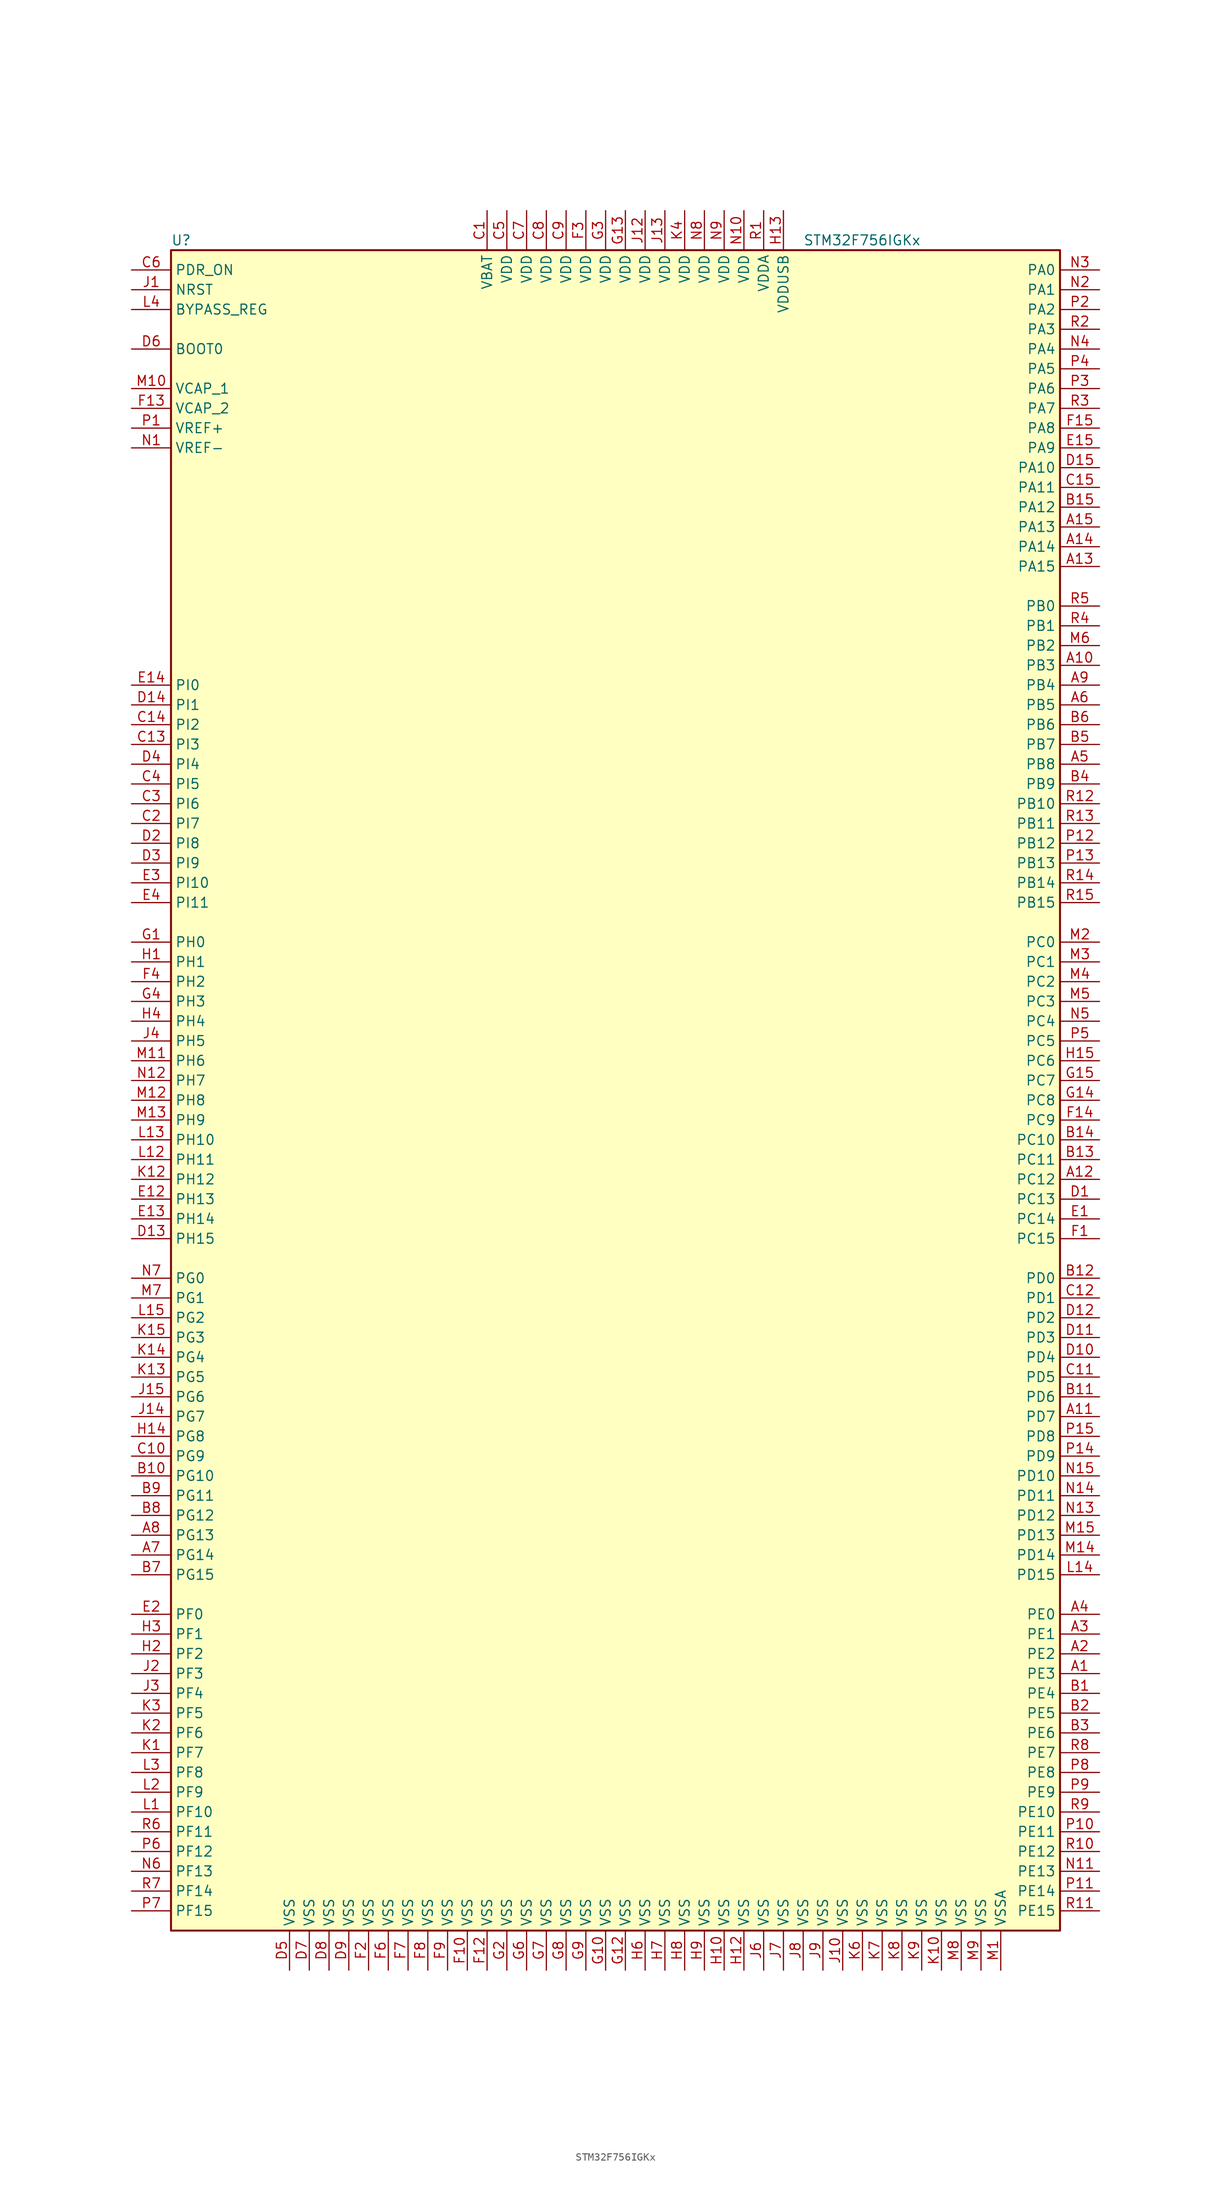
<source format=kicad_sym>
(kicad_symbol_lib
  (version 20201005)
  (generator kicad_symbol_editor)
  (symbol "MCU_ST_STM32F7:STM32F756IGKx"
    (property "Reference" "U"
      (at -58.42 107.95 0)
      (effects (font (size 1.27 1.27)) (justify left)))
    (property "Value" "STM32F756IGKx"
      (at 22.86 107.95 0)
      (effects (font (size 1.27 1.27)) (justify left)))
    (symbol "STM32F756IGKx_0_1"
      (rectangle (start -58.42 -109.22) (end 55.88 106.68) (stroke (width 0.254)) (fill (type background))))
    (symbol "STM32F756IGKx_1_1"
      (pin input line (at -63.5 93.98 0) (length 5.08) (name "BOOT0" (effects (font (size 1.27 1.27)))) (number "D6" (effects (font (size 1.27 1.27)))))
      (pin input line (at -63.5 99.06 0) (length 5.08) (name "BYPASS_REG" (effects (font (size 1.27 1.27)))) (number "L4" (effects (font (size 1.27 1.27)))))
      (pin input line (at -63.5 101.6 0) (length 5.08) (name "NRST" (effects (font (size 1.27 1.27)))) (number "J1" (effects (font (size 1.27 1.27)))))
      (pin bidirectional line (at 60.96 104.14 180) (length 5.08) (name "PA0" (effects (font (size 1.27 1.27)))) (number "N3" (effects (font (size 1.27 1.27)))))
      (pin bidirectional line (at 60.96 101.6 180) (length 5.08) (name "PA1" (effects (font (size 1.27 1.27)))) (number "N2" (effects (font (size 1.27 1.27)))))
      (pin bidirectional line (at 60.96 78.74 180) (length 5.08) (name "PA10" (effects (font (size 1.27 1.27)))) (number "D15" (effects (font (size 1.27 1.27)))))
      (pin bidirectional line (at 60.96 76.2 180) (length 5.08) (name "PA11" (effects (font (size 1.27 1.27)))) (number "C15" (effects (font (size 1.27 1.27)))))
      (pin bidirectional line (at 60.96 73.66 180) (length 5.08) (name "PA12" (effects (font (size 1.27 1.27)))) (number "B15" (effects (font (size 1.27 1.27)))))
      (pin bidirectional line (at 60.96 71.12 180) (length 5.08) (name "PA13" (effects (font (size 1.27 1.27)))) (number "A15" (effects (font (size 1.27 1.27)))))
      (pin bidirectional line (at 60.96 68.58 180) (length 5.08) (name "PA14" (effects (font (size 1.27 1.27)))) (number "A14" (effects (font (size 1.27 1.27)))))
      (pin bidirectional line (at 60.96 66.04 180) (length 5.08) (name "PA15" (effects (font (size 1.27 1.27)))) (number "A13" (effects (font (size 1.27 1.27)))))
      (pin bidirectional line (at 60.96 99.06 180) (length 5.08) (name "PA2" (effects (font (size 1.27 1.27)))) (number "P2" (effects (font (size 1.27 1.27)))))
      (pin bidirectional line (at 60.96 96.52 180) (length 5.08) (name "PA3" (effects (font (size 1.27 1.27)))) (number "R2" (effects (font (size 1.27 1.27)))))
      (pin bidirectional line (at 60.96 93.98 180) (length 5.08) (name "PA4" (effects (font (size 1.27 1.27)))) (number "N4" (effects (font (size 1.27 1.27)))))
      (pin bidirectional line (at 60.96 91.44 180) (length 5.08) (name "PA5" (effects (font (size 1.27 1.27)))) (number "P4" (effects (font (size 1.27 1.27)))))
      (pin bidirectional line (at 60.96 88.9 180) (length 5.08) (name "PA6" (effects (font (size 1.27 1.27)))) (number "P3" (effects (font (size 1.27 1.27)))))
      (pin bidirectional line (at 60.96 86.36 180) (length 5.08) (name "PA7" (effects (font (size 1.27 1.27)))) (number "R3" (effects (font (size 1.27 1.27)))))
      (pin bidirectional line (at 60.96 83.82 180) (length 5.08) (name "PA8" (effects (font (size 1.27 1.27)))) (number "F15" (effects (font (size 1.27 1.27)))))
      (pin bidirectional line (at 60.96 81.28 180) (length 5.08) (name "PA9" (effects (font (size 1.27 1.27)))) (number "E15" (effects (font (size 1.27 1.27)))))
      (pin bidirectional line (at 60.96 60.96 180) (length 5.08) (name "PB0" (effects (font (size 1.27 1.27)))) (number "R5" (effects (font (size 1.27 1.27)))))
      (pin bidirectional line (at 60.96 58.42 180) (length 5.08) (name "PB1" (effects (font (size 1.27 1.27)))) (number "R4" (effects (font (size 1.27 1.27)))))
      (pin bidirectional line (at 60.96 35.56 180) (length 5.08) (name "PB10" (effects (font (size 1.27 1.27)))) (number "R12" (effects (font (size 1.27 1.27)))))
      (pin bidirectional line (at 60.96 33.02 180) (length 5.08) (name "PB11" (effects (font (size 1.27 1.27)))) (number "R13" (effects (font (size 1.27 1.27)))))
      (pin bidirectional line (at 60.96 30.48 180) (length 5.08) (name "PB12" (effects (font (size 1.27 1.27)))) (number "P12" (effects (font (size 1.27 1.27)))))
      (pin bidirectional line (at 60.96 27.94 180) (length 5.08) (name "PB13" (effects (font (size 1.27 1.27)))) (number "P13" (effects (font (size 1.27 1.27)))))
      (pin bidirectional line (at 60.96 25.4 180) (length 5.08) (name "PB14" (effects (font (size 1.27 1.27)))) (number "R14" (effects (font (size 1.27 1.27)))))
      (pin bidirectional line (at 60.96 22.86 180) (length 5.08) (name "PB15" (effects (font (size 1.27 1.27)))) (number "R15" (effects (font (size 1.27 1.27)))))
      (pin bidirectional line (at 60.96 55.88 180) (length 5.08) (name "PB2" (effects (font (size 1.27 1.27)))) (number "M6" (effects (font (size 1.27 1.27)))))
      (pin bidirectional line (at 60.96 53.34 180) (length 5.08) (name "PB3" (effects (font (size 1.27 1.27)))) (number "A10" (effects (font (size 1.27 1.27)))))
      (pin bidirectional line (at 60.96 50.8 180) (length 5.08) (name "PB4" (effects (font (size 1.27 1.27)))) (number "A9" (effects (font (size 1.27 1.27)))))
      (pin bidirectional line (at 60.96 48.26 180) (length 5.08) (name "PB5" (effects (font (size 1.27 1.27)))) (number "A6" (effects (font (size 1.27 1.27)))))
      (pin bidirectional line (at 60.96 45.72 180) (length 5.08) (name "PB6" (effects (font (size 1.27 1.27)))) (number "B6" (effects (font (size 1.27 1.27)))))
      (pin bidirectional line (at 60.96 43.18 180) (length 5.08) (name "PB7" (effects (font (size 1.27 1.27)))) (number "B5" (effects (font (size 1.27 1.27)))))
      (pin bidirectional line (at 60.96 40.64 180) (length 5.08) (name "PB8" (effects (font (size 1.27 1.27)))) (number "A5" (effects (font (size 1.27 1.27)))))
      (pin bidirectional line (at 60.96 38.1 180) (length 5.08) (name "PB9" (effects (font (size 1.27 1.27)))) (number "B4" (effects (font (size 1.27 1.27)))))
      (pin bidirectional line (at 60.96 17.78 180) (length 5.08) (name "PC0" (effects (font (size 1.27 1.27)))) (number "M2" (effects (font (size 1.27 1.27)))))
      (pin bidirectional line (at 60.96 15.24 180) (length 5.08) (name "PC1" (effects (font (size 1.27 1.27)))) (number "M3" (effects (font (size 1.27 1.27)))))
      (pin bidirectional line (at 60.96 -7.62 180) (length 5.08) (name "PC10" (effects (font (size 1.27 1.27)))) (number "B14" (effects (font (size 1.27 1.27)))))
      (pin bidirectional line (at 60.96 -10.16 180) (length 5.08) (name "PC11" (effects (font (size 1.27 1.27)))) (number "B13" (effects (font (size 1.27 1.27)))))
      (pin bidirectional line (at 60.96 -12.7 180) (length 5.08) (name "PC12" (effects (font (size 1.27 1.27)))) (number "A12" (effects (font (size 1.27 1.27)))))
      (pin bidirectional line (at 60.96 -15.24 180) (length 5.08) (name "PC13" (effects (font (size 1.27 1.27)))) (number "D1" (effects (font (size 1.27 1.27)))))
      (pin bidirectional line (at 60.96 -17.78 180) (length 5.08) (name "PC14" (effects (font (size 1.27 1.27)))) (number "E1" (effects (font (size 1.27 1.27)))))
      (pin bidirectional line (at 60.96 -20.32 180) (length 5.08) (name "PC15" (effects (font (size 1.27 1.27)))) (number "F1" (effects (font (size 1.27 1.27)))))
      (pin bidirectional line (at 60.96 12.7 180) (length 5.08) (name "PC2" (effects (font (size 1.27 1.27)))) (number "M4" (effects (font (size 1.27 1.27)))))
      (pin bidirectional line (at 60.96 10.16 180) (length 5.08) (name "PC3" (effects (font (size 1.27 1.27)))) (number "M5" (effects (font (size 1.27 1.27)))))
      (pin bidirectional line (at 60.96 7.62 180) (length 5.08) (name "PC4" (effects (font (size 1.27 1.27)))) (number "N5" (effects (font (size 1.27 1.27)))))
      (pin bidirectional line (at 60.96 5.08 180) (length 5.08) (name "PC5" (effects (font (size 1.27 1.27)))) (number "P5" (effects (font (size 1.27 1.27)))))
      (pin bidirectional line (at 60.96 2.54 180) (length 5.08) (name "PC6" (effects (font (size 1.27 1.27)))) (number "H15" (effects (font (size 1.27 1.27)))))
      (pin bidirectional line (at 60.96 0 180) (length 5.08) (name "PC7" (effects (font (size 1.27 1.27)))) (number "G15" (effects (font (size 1.27 1.27)))))
      (pin bidirectional line (at 60.96 -2.54 180) (length 5.08) (name "PC8" (effects (font (size 1.27 1.27)))) (number "G14" (effects (font (size 1.27 1.27)))))
      (pin bidirectional line (at 60.96 -5.08 180) (length 5.08) (name "PC9" (effects (font (size 1.27 1.27)))) (number "F14" (effects (font (size 1.27 1.27)))))
      (pin bidirectional line (at 60.96 -25.4 180) (length 5.08) (name "PD0" (effects (font (size 1.27 1.27)))) (number "B12" (effects (font (size 1.27 1.27)))))
      (pin bidirectional line (at 60.96 -27.94 180) (length 5.08) (name "PD1" (effects (font (size 1.27 1.27)))) (number "C12" (effects (font (size 1.27 1.27)))))
      (pin bidirectional line (at 60.96 -50.8 180) (length 5.08) (name "PD10" (effects (font (size 1.27 1.27)))) (number "N15" (effects (font (size 1.27 1.27)))))
      (pin bidirectional line (at 60.96 -53.34 180) (length 5.08) (name "PD11" (effects (font (size 1.27 1.27)))) (number "N14" (effects (font (size 1.27 1.27)))))
      (pin bidirectional line (at 60.96 -55.88 180) (length 5.08) (name "PD12" (effects (font (size 1.27 1.27)))) (number "N13" (effects (font (size 1.27 1.27)))))
      (pin bidirectional line (at 60.96 -58.42 180) (length 5.08) (name "PD13" (effects (font (size 1.27 1.27)))) (number "M15" (effects (font (size 1.27 1.27)))))
      (pin bidirectional line (at 60.96 -60.96 180) (length 5.08) (name "PD14" (effects (font (size 1.27 1.27)))) (number "M14" (effects (font (size 1.27 1.27)))))
      (pin bidirectional line (at 60.96 -63.5 180) (length 5.08) (name "PD15" (effects (font (size 1.27 1.27)))) (number "L14" (effects (font (size 1.27 1.27)))))
      (pin bidirectional line (at 60.96 -30.48 180) (length 5.08) (name "PD2" (effects (font (size 1.27 1.27)))) (number "D12" (effects (font (size 1.27 1.27)))))
      (pin bidirectional line (at 60.96 -33.02 180) (length 5.08) (name "PD3" (effects (font (size 1.27 1.27)))) (number "D11" (effects (font (size 1.27 1.27)))))
      (pin bidirectional line (at 60.96 -35.56 180) (length 5.08) (name "PD4" (effects (font (size 1.27 1.27)))) (number "D10" (effects (font (size 1.27 1.27)))))
      (pin bidirectional line (at 60.96 -38.1 180) (length 5.08) (name "PD5" (effects (font (size 1.27 1.27)))) (number "C11" (effects (font (size 1.27 1.27)))))
      (pin bidirectional line (at 60.96 -40.64 180) (length 5.08) (name "PD6" (effects (font (size 1.27 1.27)))) (number "B11" (effects (font (size 1.27 1.27)))))
      (pin bidirectional line (at 60.96 -43.18 180) (length 5.08) (name "PD7" (effects (font (size 1.27 1.27)))) (number "A11" (effects (font (size 1.27 1.27)))))
      (pin bidirectional line (at 60.96 -45.72 180) (length 5.08) (name "PD8" (effects (font (size 1.27 1.27)))) (number "P15" (effects (font (size 1.27 1.27)))))
      (pin bidirectional line (at 60.96 -48.26 180) (length 5.08) (name "PD9" (effects (font (size 1.27 1.27)))) (number "P14" (effects (font (size 1.27 1.27)))))
      (pin input line (at -63.5 104.14 0) (length 5.08) (name "PDR_ON" (effects (font (size 1.27 1.27)))) (number "C6" (effects (font (size 1.27 1.27)))))
      (pin bidirectional line (at 60.96 -68.58 180) (length 5.08) (name "PE0" (effects (font (size 1.27 1.27)))) (number "A4" (effects (font (size 1.27 1.27)))))
      (pin bidirectional line (at 60.96 -71.12 180) (length 5.08) (name "PE1" (effects (font (size 1.27 1.27)))) (number "A3" (effects (font (size 1.27 1.27)))))
      (pin bidirectional line (at 60.96 -93.98 180) (length 5.08) (name "PE10" (effects (font (size 1.27 1.27)))) (number "R9" (effects (font (size 1.27 1.27)))))
      (pin bidirectional line (at 60.96 -96.52 180) (length 5.08) (name "PE11" (effects (font (size 1.27 1.27)))) (number "P10" (effects (font (size 1.27 1.27)))))
      (pin bidirectional line (at 60.96 -99.06 180) (length 5.08) (name "PE12" (effects (font (size 1.27 1.27)))) (number "R10" (effects (font (size 1.27 1.27)))))
      (pin bidirectional line (at 60.96 -101.6 180) (length 5.08) (name "PE13" (effects (font (size 1.27 1.27)))) (number "N11" (effects (font (size 1.27 1.27)))))
      (pin bidirectional line (at 60.96 -104.14 180) (length 5.08) (name "PE14" (effects (font (size 1.27 1.27)))) (number "P11" (effects (font (size 1.27 1.27)))))
      (pin bidirectional line (at 60.96 -106.68 180) (length 5.08) (name "PE15" (effects (font (size 1.27 1.27)))) (number "R11" (effects (font (size 1.27 1.27)))))
      (pin bidirectional line (at 60.96 -73.66 180) (length 5.08) (name "PE2" (effects (font (size 1.27 1.27)))) (number "A2" (effects (font (size 1.27 1.27)))))
      (pin bidirectional line (at 60.96 -76.2 180) (length 5.08) (name "PE3" (effects (font (size 1.27 1.27)))) (number "A1" (effects (font (size 1.27 1.27)))))
      (pin bidirectional line (at 60.96 -78.74 180) (length 5.08) (name "PE4" (effects (font (size 1.27 1.27)))) (number "B1" (effects (font (size 1.27 1.27)))))
      (pin bidirectional line (at 60.96 -81.28 180) (length 5.08) (name "PE5" (effects (font (size 1.27 1.27)))) (number "B2" (effects (font (size 1.27 1.27)))))
      (pin bidirectional line (at 60.96 -83.82 180) (length 5.08) (name "PE6" (effects (font (size 1.27 1.27)))) (number "B3" (effects (font (size 1.27 1.27)))))
      (pin bidirectional line (at 60.96 -86.36 180) (length 5.08) (name "PE7" (effects (font (size 1.27 1.27)))) (number "R8" (effects (font (size 1.27 1.27)))))
      (pin bidirectional line (at 60.96 -88.9 180) (length 5.08) (name "PE8" (effects (font (size 1.27 1.27)))) (number "P8" (effects (font (size 1.27 1.27)))))
      (pin bidirectional line (at 60.96 -91.44 180) (length 5.08) (name "PE9" (effects (font (size 1.27 1.27)))) (number "P9" (effects (font (size 1.27 1.27)))))
      (pin bidirectional line (at -63.5 -68.58 0) (length 5.08) (name "PF0" (effects (font (size 1.27 1.27)))) (number "E2" (effects (font (size 1.27 1.27)))))
      (pin bidirectional line (at -63.5 -71.12 0) (length 5.08) (name "PF1" (effects (font (size 1.27 1.27)))) (number "H3" (effects (font (size 1.27 1.27)))))
      (pin bidirectional line (at -63.5 -93.98 0) (length 5.08) (name "PF10" (effects (font (size 1.27 1.27)))) (number "L1" (effects (font (size 1.27 1.27)))))
      (pin bidirectional line (at -63.5 -96.52 0) (length 5.08) (name "PF11" (effects (font (size 1.27 1.27)))) (number "R6" (effects (font (size 1.27 1.27)))))
      (pin bidirectional line (at -63.5 -99.06 0) (length 5.08) (name "PF12" (effects (font (size 1.27 1.27)))) (number "P6" (effects (font (size 1.27 1.27)))))
      (pin bidirectional line (at -63.5 -101.6 0) (length 5.08) (name "PF13" (effects (font (size 1.27 1.27)))) (number "N6" (effects (font (size 1.27 1.27)))))
      (pin bidirectional line (at -63.5 -104.14 0) (length 5.08) (name "PF14" (effects (font (size 1.27 1.27)))) (number "R7" (effects (font (size 1.27 1.27)))))
      (pin bidirectional line (at -63.5 -106.68 0) (length 5.08) (name "PF15" (effects (font (size 1.27 1.27)))) (number "P7" (effects (font (size 1.27 1.27)))))
      (pin bidirectional line (at -63.5 -73.66 0) (length 5.08) (name "PF2" (effects (font (size 1.27 1.27)))) (number "H2" (effects (font (size 1.27 1.27)))))
      (pin bidirectional line (at -63.5 -76.2 0) (length 5.08) (name "PF3" (effects (font (size 1.27 1.27)))) (number "J2" (effects (font (size 1.27 1.27)))))
      (pin bidirectional line (at -63.5 -78.74 0) (length 5.08) (name "PF4" (effects (font (size 1.27 1.27)))) (number "J3" (effects (font (size 1.27 1.27)))))
      (pin bidirectional line (at -63.5 -81.28 0) (length 5.08) (name "PF5" (effects (font (size 1.27 1.27)))) (number "K3" (effects (font (size 1.27 1.27)))))
      (pin bidirectional line (at -63.5 -83.82 0) (length 5.08) (name "PF6" (effects (font (size 1.27 1.27)))) (number "K2" (effects (font (size 1.27 1.27)))))
      (pin bidirectional line (at -63.5 -86.36 0) (length 5.08) (name "PF7" (effects (font (size 1.27 1.27)))) (number "K1" (effects (font (size 1.27 1.27)))))
      (pin bidirectional line (at -63.5 -88.9 0) (length 5.08) (name "PF8" (effects (font (size 1.27 1.27)))) (number "L3" (effects (font (size 1.27 1.27)))))
      (pin bidirectional line (at -63.5 -91.44 0) (length 5.08) (name "PF9" (effects (font (size 1.27 1.27)))) (number "L2" (effects (font (size 1.27 1.27)))))
      (pin bidirectional line (at -63.5 -25.4 0) (length 5.08) (name "PG0" (effects (font (size 1.27 1.27)))) (number "N7" (effects (font (size 1.27 1.27)))))
      (pin bidirectional line (at -63.5 -27.94 0) (length 5.08) (name "PG1" (effects (font (size 1.27 1.27)))) (number "M7" (effects (font (size 1.27 1.27)))))
      (pin bidirectional line (at -63.5 -50.8 0) (length 5.08) (name "PG10" (effects (font (size 1.27 1.27)))) (number "B10" (effects (font (size 1.27 1.27)))))
      (pin bidirectional line (at -63.5 -53.34 0) (length 5.08) (name "PG11" (effects (font (size 1.27 1.27)))) (number "B9" (effects (font (size 1.27 1.27)))))
      (pin bidirectional line (at -63.5 -55.88 0) (length 5.08) (name "PG12" (effects (font (size 1.27 1.27)))) (number "B8" (effects (font (size 1.27 1.27)))))
      (pin bidirectional line (at -63.5 -58.42 0) (length 5.08) (name "PG13" (effects (font (size 1.27 1.27)))) (number "A8" (effects (font (size 1.27 1.27)))))
      (pin bidirectional line (at -63.5 -60.96 0) (length 5.08) (name "PG14" (effects (font (size 1.27 1.27)))) (number "A7" (effects (font (size 1.27 1.27)))))
      (pin bidirectional line (at -63.5 -63.5 0) (length 5.08) (name "PG15" (effects (font (size 1.27 1.27)))) (number "B7" (effects (font (size 1.27 1.27)))))
      (pin bidirectional line (at -63.5 -30.48 0) (length 5.08) (name "PG2" (effects (font (size 1.27 1.27)))) (number "L15" (effects (font (size 1.27 1.27)))))
      (pin bidirectional line (at -63.5 -33.02 0) (length 5.08) (name "PG3" (effects (font (size 1.27 1.27)))) (number "K15" (effects (font (size 1.27 1.27)))))
      (pin bidirectional line (at -63.5 -35.56 0) (length 5.08) (name "PG4" (effects (font (size 1.27 1.27)))) (number "K14" (effects (font (size 1.27 1.27)))))
      (pin bidirectional line (at -63.5 -38.1 0) (length 5.08) (name "PG5" (effects (font (size 1.27 1.27)))) (number "K13" (effects (font (size 1.27 1.27)))))
      (pin bidirectional line (at -63.5 -40.64 0) (length 5.08) (name "PG6" (effects (font (size 1.27 1.27)))) (number "J15" (effects (font (size 1.27 1.27)))))
      (pin bidirectional line (at -63.5 -43.18 0) (length 5.08) (name "PG7" (effects (font (size 1.27 1.27)))) (number "J14" (effects (font (size 1.27 1.27)))))
      (pin bidirectional line (at -63.5 -45.72 0) (length 5.08) (name "PG8" (effects (font (size 1.27 1.27)))) (number "H14" (effects (font (size 1.27 1.27)))))
      (pin bidirectional line (at -63.5 -48.26 0) (length 5.08) (name "PG9" (effects (font (size 1.27 1.27)))) (number "C10" (effects (font (size 1.27 1.27)))))
      (pin input line (at -63.5 17.78 0) (length 5.08) (name "PH0" (effects (font (size 1.27 1.27)))) (number "G1" (effects (font (size 1.27 1.27)))))
      (pin input line (at -63.5 15.24 0) (length 5.08) (name "PH1" (effects (font (size 1.27 1.27)))) (number "H1" (effects (font (size 1.27 1.27)))))
      (pin bidirectional line (at -63.5 -7.62 0) (length 5.08) (name "PH10" (effects (font (size 1.27 1.27)))) (number "L13" (effects (font (size 1.27 1.27)))))
      (pin bidirectional line (at -63.5 -10.16 0) (length 5.08) (name "PH11" (effects (font (size 1.27 1.27)))) (number "L12" (effects (font (size 1.27 1.27)))))
      (pin bidirectional line (at -63.5 -12.7 0) (length 5.08) (name "PH12" (effects (font (size 1.27 1.27)))) (number "K12" (effects (font (size 1.27 1.27)))))
      (pin bidirectional line (at -63.5 -15.24 0) (length 5.08) (name "PH13" (effects (font (size 1.27 1.27)))) (number "E12" (effects (font (size 1.27 1.27)))))
      (pin bidirectional line (at -63.5 -17.78 0) (length 5.08) (name "PH14" (effects (font (size 1.27 1.27)))) (number "E13" (effects (font (size 1.27 1.27)))))
      (pin bidirectional line (at -63.5 -20.32 0) (length 5.08) (name "PH15" (effects (font (size 1.27 1.27)))) (number "D13" (effects (font (size 1.27 1.27)))))
      (pin bidirectional line (at -63.5 12.7 0) (length 5.08) (name "PH2" (effects (font (size 1.27 1.27)))) (number "F4" (effects (font (size 1.27 1.27)))))
      (pin bidirectional line (at -63.5 10.16 0) (length 5.08) (name "PH3" (effects (font (size 1.27 1.27)))) (number "G4" (effects (font (size 1.27 1.27)))))
      (pin bidirectional line (at -63.5 7.62 0) (length 5.08) (name "PH4" (effects (font (size 1.27 1.27)))) (number "H4" (effects (font (size 1.27 1.27)))))
      (pin bidirectional line (at -63.5 5.08 0) (length 5.08) (name "PH5" (effects (font (size 1.27 1.27)))) (number "J4" (effects (font (size 1.27 1.27)))))
      (pin bidirectional line (at -63.5 2.54 0) (length 5.08) (name "PH6" (effects (font (size 1.27 1.27)))) (number "M11" (effects (font (size 1.27 1.27)))))
      (pin bidirectional line (at -63.5 0 0) (length 5.08) (name "PH7" (effects (font (size 1.27 1.27)))) (number "N12" (effects (font (size 1.27 1.27)))))
      (pin bidirectional line (at -63.5 -2.54 0) (length 5.08) (name "PH8" (effects (font (size 1.27 1.27)))) (number "M12" (effects (font (size 1.27 1.27)))))
      (pin bidirectional line (at -63.5 -5.08 0) (length 5.08) (name "PH9" (effects (font (size 1.27 1.27)))) (number "M13" (effects (font (size 1.27 1.27)))))
      (pin bidirectional line (at -63.5 50.8 0) (length 5.08) (name "PI0" (effects (font (size 1.27 1.27)))) (number "E14" (effects (font (size 1.27 1.27)))))
      (pin bidirectional line (at -63.5 48.26 0) (length 5.08) (name "PI1" (effects (font (size 1.27 1.27)))) (number "D14" (effects (font (size 1.27 1.27)))))
      (pin bidirectional line (at -63.5 25.4 0) (length 5.08) (name "PI10" (effects (font (size 1.27 1.27)))) (number "E3" (effects (font (size 1.27 1.27)))))
      (pin bidirectional line (at -63.5 22.86 0) (length 5.08) (name "PI11" (effects (font (size 1.27 1.27)))) (number "E4" (effects (font (size 1.27 1.27)))))
      (pin bidirectional line (at -63.5 45.72 0) (length 5.08) (name "PI2" (effects (font (size 1.27 1.27)))) (number "C14" (effects (font (size 1.27 1.27)))))
      (pin bidirectional line (at -63.5 43.18 0) (length 5.08) (name "PI3" (effects (font (size 1.27 1.27)))) (number "C13" (effects (font (size 1.27 1.27)))))
      (pin bidirectional line (at -63.5 40.64 0) (length 5.08) (name "PI4" (effects (font (size 1.27 1.27)))) (number "D4" (effects (font (size 1.27 1.27)))))
      (pin bidirectional line (at -63.5 38.1 0) (length 5.08) (name "PI5" (effects (font (size 1.27 1.27)))) (number "C4" (effects (font (size 1.27 1.27)))))
      (pin bidirectional line (at -63.5 35.56 0) (length 5.08) (name "PI6" (effects (font (size 1.27 1.27)))) (number "C3" (effects (font (size 1.27 1.27)))))
      (pin bidirectional line (at -63.5 33.02 0) (length 5.08) (name "PI7" (effects (font (size 1.27 1.27)))) (number "C2" (effects (font (size 1.27 1.27)))))
      (pin bidirectional line (at -63.5 30.48 0) (length 5.08) (name "PI8" (effects (font (size 1.27 1.27)))) (number "D2" (effects (font (size 1.27 1.27)))))
      (pin bidirectional line (at -63.5 27.94 0) (length 5.08) (name "PI9" (effects (font (size 1.27 1.27)))) (number "D3" (effects (font (size 1.27 1.27)))))
      (pin power_in line (at -17.78 111.76 270) (length 5.08) (name "VBAT" (effects (font (size 1.27 1.27)))) (number "C1" (effects (font (size 1.27 1.27)))))
      (pin power_in line (at -63.5 88.9 0) (length 5.08) (name "VCAP_1" (effects (font (size 1.27 1.27)))) (number "M10" (effects (font (size 1.27 1.27)))))
      (pin power_in line (at -63.5 86.36 0) (length 5.08) (name "VCAP_2" (effects (font (size 1.27 1.27)))) (number "F13" (effects (font (size 1.27 1.27)))))
      (pin power_in line (at -15.24 111.76 270) (length 5.08) (name "VDD" (effects (font (size 1.27 1.27)))) (number "C5" (effects (font (size 1.27 1.27)))))
      (pin power_in line (at -12.7 111.76 270) (length 5.08) (name "VDD" (effects (font (size 1.27 1.27)))) (number "C7" (effects (font (size 1.27 1.27)))))
      (pin power_in line (at -10.16 111.76 270) (length 5.08) (name "VDD" (effects (font (size 1.27 1.27)))) (number "C8" (effects (font (size 1.27 1.27)))))
      (pin power_in line (at -7.62 111.76 270) (length 5.08) (name "VDD" (effects (font (size 1.27 1.27)))) (number "C9" (effects (font (size 1.27 1.27)))))
      (pin power_in line (at -5.08 111.76 270) (length 5.08) (name "VDD" (effects (font (size 1.27 1.27)))) (number "F3" (effects (font (size 1.27 1.27)))))
      (pin power_in line (at 0 111.76 270) (length 5.08) (name "VDD" (effects (font (size 1.27 1.27)))) (number "G13" (effects (font (size 1.27 1.27)))))
      (pin power_in line (at -2.54 111.76 270) (length 5.08) (name "VDD" (effects (font (size 1.27 1.27)))) (number "G3" (effects (font (size 1.27 1.27)))))
      (pin power_in line (at 2.54 111.76 270) (length 5.08) (name "VDD" (effects (font (size 1.27 1.27)))) (number "J12" (effects (font (size 1.27 1.27)))))
      (pin power_in line (at 5.08 111.76 270) (length 5.08) (name "VDD" (effects (font (size 1.27 1.27)))) (number "J13" (effects (font (size 1.27 1.27)))))
      (pin power_in line (at 7.62 111.76 270) (length 5.08) (name "VDD" (effects (font (size 1.27 1.27)))) (number "K4" (effects (font (size 1.27 1.27)))))
      (pin power_in line (at 15.24 111.76 270) (length 5.08) (name "VDD" (effects (font (size 1.27 1.27)))) (number "N10" (effects (font (size 1.27 1.27)))))
      (pin power_in line (at 10.16 111.76 270) (length 5.08) (name "VDD" (effects (font (size 1.27 1.27)))) (number "N8" (effects (font (size 1.27 1.27)))))
      (pin power_in line (at 12.7 111.76 270) (length 5.08) (name "VDD" (effects (font (size 1.27 1.27)))) (number "N9" (effects (font (size 1.27 1.27)))))
      (pin power_in line (at 17.78 111.76 270) (length 5.08) (name "VDDA" (effects (font (size 1.27 1.27)))) (number "R1" (effects (font (size 1.27 1.27)))))
      (pin power_in line (at 20.32 111.76 270) (length 5.08) (name "VDDUSB" (effects (font (size 1.27 1.27)))) (number "H13" (effects (font (size 1.27 1.27)))))
      (pin power_in line (at -63.5 83.82 0) (length 5.08) (name "VREF+" (effects (font (size 1.27 1.27)))) (number "P1" (effects (font (size 1.27 1.27)))))
      (pin power_in line (at -63.5 81.28 0) (length 5.08) (name "VREF-" (effects (font (size 1.27 1.27)))) (number "N1" (effects (font (size 1.27 1.27)))))
      (pin power_in line (at -43.18 -114.3 90) (length 5.08) (name "VSS" (effects (font (size 1.27 1.27)))) (number "D5" (effects (font (size 1.27 1.27)))))
      (pin power_in line (at -40.64 -114.3 90) (length 5.08) (name "VSS" (effects (font (size 1.27 1.27)))) (number "D7" (effects (font (size 1.27 1.27)))))
      (pin power_in line (at -38.1 -114.3 90) (length 5.08) (name "VSS" (effects (font (size 1.27 1.27)))) (number "D8" (effects (font (size 1.27 1.27)))))
      (pin power_in line (at -35.56 -114.3 90) (length 5.08) (name "VSS" (effects (font (size 1.27 1.27)))) (number "D9" (effects (font (size 1.27 1.27)))))
      (pin power_in line (at -20.32 -114.3 90) (length 5.08) (name "VSS" (effects (font (size 1.27 1.27)))) (number "F10" (effects (font (size 1.27 1.27)))))
      (pin power_in line (at -17.78 -114.3 90) (length 5.08) (name "VSS" (effects (font (size 1.27 1.27)))) (number "F12" (effects (font (size 1.27 1.27)))))
      (pin power_in line (at -33.02 -114.3 90) (length 5.08) (name "VSS" (effects (font (size 1.27 1.27)))) (number "F2" (effects (font (size 1.27 1.27)))))
      (pin power_in line (at -30.48 -114.3 90) (length 5.08) (name "VSS" (effects (font (size 1.27 1.27)))) (number "F6" (effects (font (size 1.27 1.27)))))
      (pin power_in line (at -27.94 -114.3 90) (length 5.08) (name "VSS" (effects (font (size 1.27 1.27)))) (number "F7" (effects (font (size 1.27 1.27)))))
      (pin power_in line (at -25.4 -114.3 90) (length 5.08) (name "VSS" (effects (font (size 1.27 1.27)))) (number "F8" (effects (font (size 1.27 1.27)))))
      (pin power_in line (at -22.86 -114.3 90) (length 5.08) (name "VSS" (effects (font (size 1.27 1.27)))) (number "F9" (effects (font (size 1.27 1.27)))))
      (pin power_in line (at -2.54 -114.3 90) (length 5.08) (name "VSS" (effects (font (size 1.27 1.27)))) (number "G10" (effects (font (size 1.27 1.27)))))
      (pin power_in line (at 0 -114.3 90) (length 5.08) (name "VSS" (effects (font (size 1.27 1.27)))) (number "G12" (effects (font (size 1.27 1.27)))))
      (pin power_in line (at -15.24 -114.3 90) (length 5.08) (name "VSS" (effects (font (size 1.27 1.27)))) (number "G2" (effects (font (size 1.27 1.27)))))
      (pin power_in line (at -12.7 -114.3 90) (length 5.08) (name "VSS" (effects (font (size 1.27 1.27)))) (number "G6" (effects (font (size 1.27 1.27)))))
      (pin power_in line (at -10.16 -114.3 90) (length 5.08) (name "VSS" (effects (font (size 1.27 1.27)))) (number "G7" (effects (font (size 1.27 1.27)))))
      (pin power_in line (at -7.62 -114.3 90) (length 5.08) (name "VSS" (effects (font (size 1.27 1.27)))) (number "G8" (effects (font (size 1.27 1.27)))))
      (pin power_in line (at -5.08 -114.3 90) (length 5.08) (name "VSS" (effects (font (size 1.27 1.27)))) (number "G9" (effects (font (size 1.27 1.27)))))
      (pin power_in line (at 12.7 -114.3 90) (length 5.08) (name "VSS" (effects (font (size 1.27 1.27)))) (number "H10" (effects (font (size 1.27 1.27)))))
      (pin power_in line (at 15.24 -114.3 90) (length 5.08) (name "VSS" (effects (font (size 1.27 1.27)))) (number "H12" (effects (font (size 1.27 1.27)))))
      (pin power_in line (at 2.54 -114.3 90) (length 5.08) (name "VSS" (effects (font (size 1.27 1.27)))) (number "H6" (effects (font (size 1.27 1.27)))))
      (pin power_in line (at 5.08 -114.3 90) (length 5.08) (name "VSS" (effects (font (size 1.27 1.27)))) (number "H7" (effects (font (size 1.27 1.27)))))
      (pin power_in line (at 7.62 -114.3 90) (length 5.08) (name "VSS" (effects (font (size 1.27 1.27)))) (number "H8" (effects (font (size 1.27 1.27)))))
      (pin power_in line (at 10.16 -114.3 90) (length 5.08) (name "VSS" (effects (font (size 1.27 1.27)))) (number "H9" (effects (font (size 1.27 1.27)))))
      (pin power_in line (at 27.94 -114.3 90) (length 5.08) (name "VSS" (effects (font (size 1.27 1.27)))) (number "J10" (effects (font (size 1.27 1.27)))))
      (pin power_in line (at 17.78 -114.3 90) (length 5.08) (name "VSS" (effects (font (size 1.27 1.27)))) (number "J6" (effects (font (size 1.27 1.27)))))
      (pin power_in line (at 20.32 -114.3 90) (length 5.08) (name "VSS" (effects (font (size 1.27 1.27)))) (number "J7" (effects (font (size 1.27 1.27)))))
      (pin power_in line (at 22.86 -114.3 90) (length 5.08) (name "VSS" (effects (font (size 1.27 1.27)))) (number "J8" (effects (font (size 1.27 1.27)))))
      (pin power_in line (at 25.4 -114.3 90) (length 5.08) (name "VSS" (effects (font (size 1.27 1.27)))) (number "J9" (effects (font (size 1.27 1.27)))))
      (pin power_in line (at 40.64 -114.3 90) (length 5.08) (name "VSS" (effects (font (size 1.27 1.27)))) (number "K10" (effects (font (size 1.27 1.27)))))
      (pin power_in line (at 30.48 -114.3 90) (length 5.08) (name "VSS" (effects (font (size 1.27 1.27)))) (number "K6" (effects (font (size 1.27 1.27)))))
      (pin power_in line (at 33.02 -114.3 90) (length 5.08) (name "VSS" (effects (font (size 1.27 1.27)))) (number "K7" (effects (font (size 1.27 1.27)))))
      (pin power_in line (at 35.56 -114.3 90) (length 5.08) (name "VSS" (effects (font (size 1.27 1.27)))) (number "K8" (effects (font (size 1.27 1.27)))))
      (pin power_in line (at 38.1 -114.3 90) (length 5.08) (name "VSS" (effects (font (size 1.27 1.27)))) (number "K9" (effects (font (size 1.27 1.27)))))
      (pin power_in line (at 43.18 -114.3 90) (length 5.08) (name "VSS" (effects (font (size 1.27 1.27)))) (number "M8" (effects (font (size 1.27 1.27)))))
      (pin power_in line (at 45.72 -114.3 90) (length 5.08) (name "VSS" (effects (font (size 1.27 1.27)))) (number "M9" (effects (font (size 1.27 1.27)))))
      (pin power_in line (at 48.26 -114.3 90) (length 5.08) (name "VSSA" (effects (font (size 1.27 1.27)))) (number "M1" (effects (font (size 1.27 1.27))))))))
</source>
